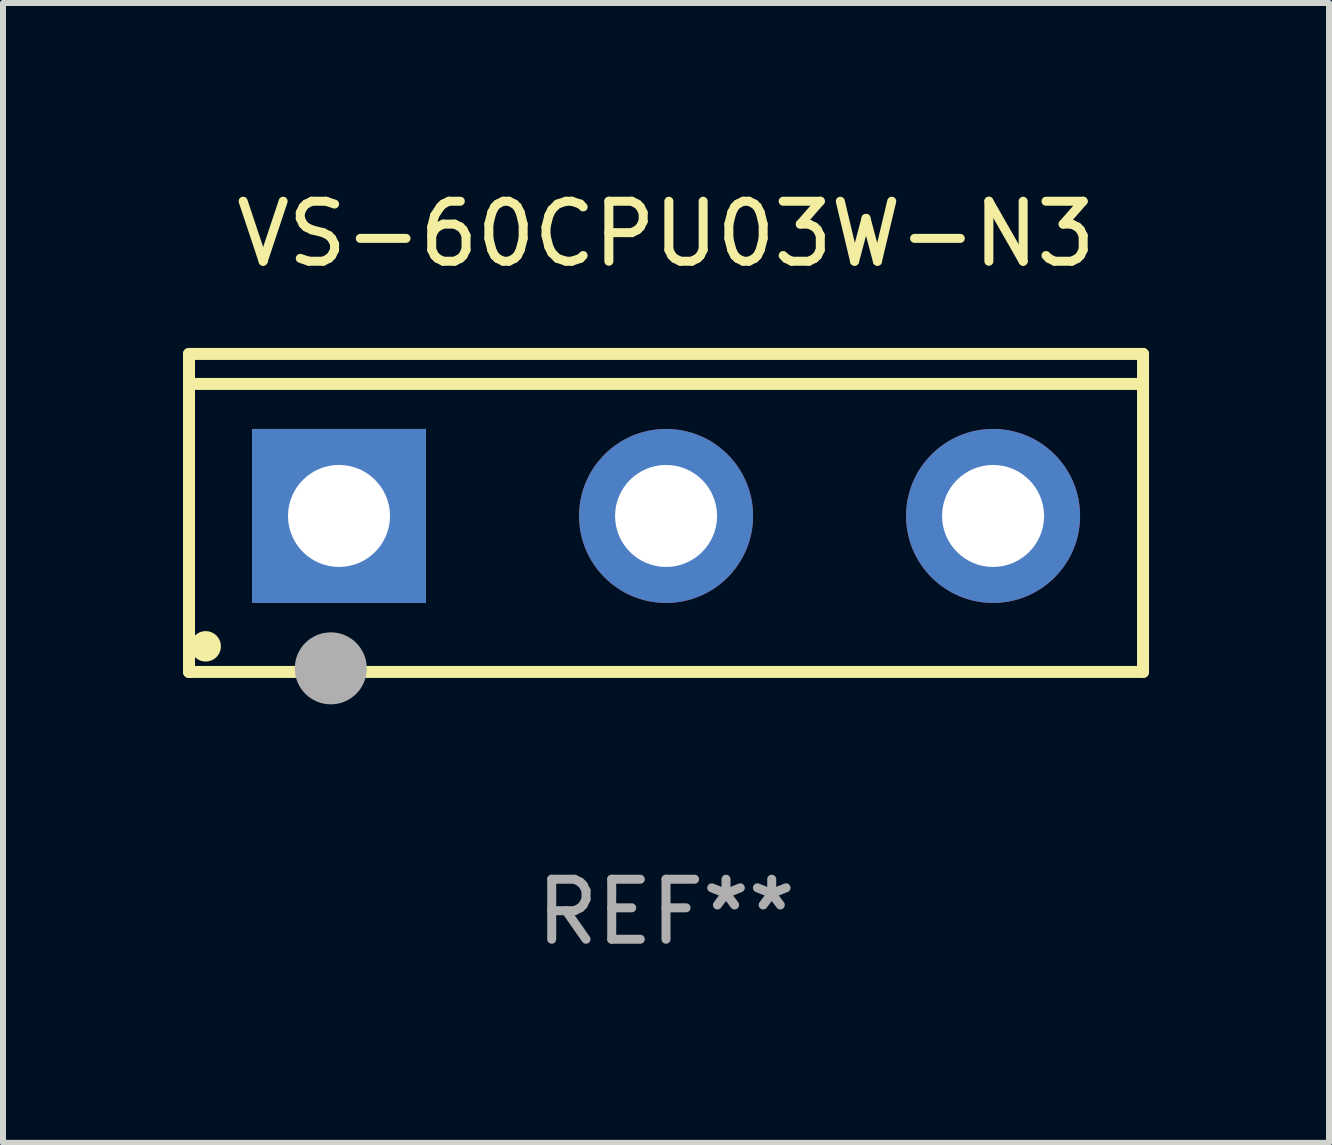
<source format=kicad_pcb>
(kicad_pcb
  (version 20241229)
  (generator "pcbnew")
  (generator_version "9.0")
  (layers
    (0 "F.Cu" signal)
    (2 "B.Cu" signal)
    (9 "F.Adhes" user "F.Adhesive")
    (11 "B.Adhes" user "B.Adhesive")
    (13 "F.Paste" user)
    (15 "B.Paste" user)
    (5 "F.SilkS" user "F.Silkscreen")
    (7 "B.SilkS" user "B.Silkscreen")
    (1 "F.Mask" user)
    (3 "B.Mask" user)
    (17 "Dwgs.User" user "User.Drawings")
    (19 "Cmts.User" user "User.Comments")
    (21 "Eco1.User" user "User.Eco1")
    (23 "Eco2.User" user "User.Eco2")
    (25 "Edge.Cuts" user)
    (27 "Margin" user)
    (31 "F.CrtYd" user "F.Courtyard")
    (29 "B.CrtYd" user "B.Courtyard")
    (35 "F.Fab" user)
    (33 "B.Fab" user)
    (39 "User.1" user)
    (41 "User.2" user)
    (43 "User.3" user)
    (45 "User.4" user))
  (footprint "VS-60CPU03W-N3"
    (layer "F.Cu")
    (at 8.05 5.499)
    (property "Reference" "VS-60CPU03W-N3" (at 0 -4.65 0) (layer "F.SilkS") (effects (font (size 1 1) (thickness 0.15))))
    (attr through_hole)
    (fp_line (start -7.95 -2.65) (end -7.95 2.65) (stroke (width 0.2) (type solid)) (layer "F.SilkS"))
    (fp_line (start -7.95 -2.15) (end 7.95 -2.15) (stroke (width 0.2) (type solid)) (layer "F.SilkS"))
    (fp_line (start -7.95 2.65) (end 7.95 2.65) (stroke (width 0.2) (type solid)) (layer "F.SilkS"))
    (fp_line (start 7.95 -2.65) (end -7.95 -2.65) (stroke (width 0.2) (type solid)) (layer "F.SilkS"))
    (fp_line (start 7.95 2.65) (end 7.95 -2.65) (stroke (width 0.2) (type solid)) (layer "F.SilkS"))
    (fp_circle (center -7.672 2.223) (end -7.545 2.223) (stroke (width 0.254) (type solid)) (fill no) (layer "F.SilkS"))
    (fp_circle (center -5.587 2.59) (end -5.287 2.59) (stroke (width 0.6) (type solid)) (fill no) (layer "F.Fab"))
    (fp_text user "REF**" (at 0 6.65 0) (layer "F.Fab") (effects (font (size 1 1) (thickness 0.15))))
    (pad "1" thru_hole rect (at -5.45 0.05) (size 2.9 2.9) (drill 1.7) (layers "*.Cu" "*.Mask"))
    (pad "2" thru_hole circle (at 0.001 0.05) (size 2.9 2.9) (drill 1.7) (layers "*.Cu" "*.Mask"))
    (pad "3" thru_hole circle (at 5.451 0.05) (size 2.9 2.9) (drill 1.7) (layers "*.Cu" "*.Mask")))
  (gr_rect
    (start -3 -3)
    (end 19.1 15.997)
    (stroke (width 0.1) (type default))
    (fill no)
    (layer "Edge.Cuts")))
</source>
